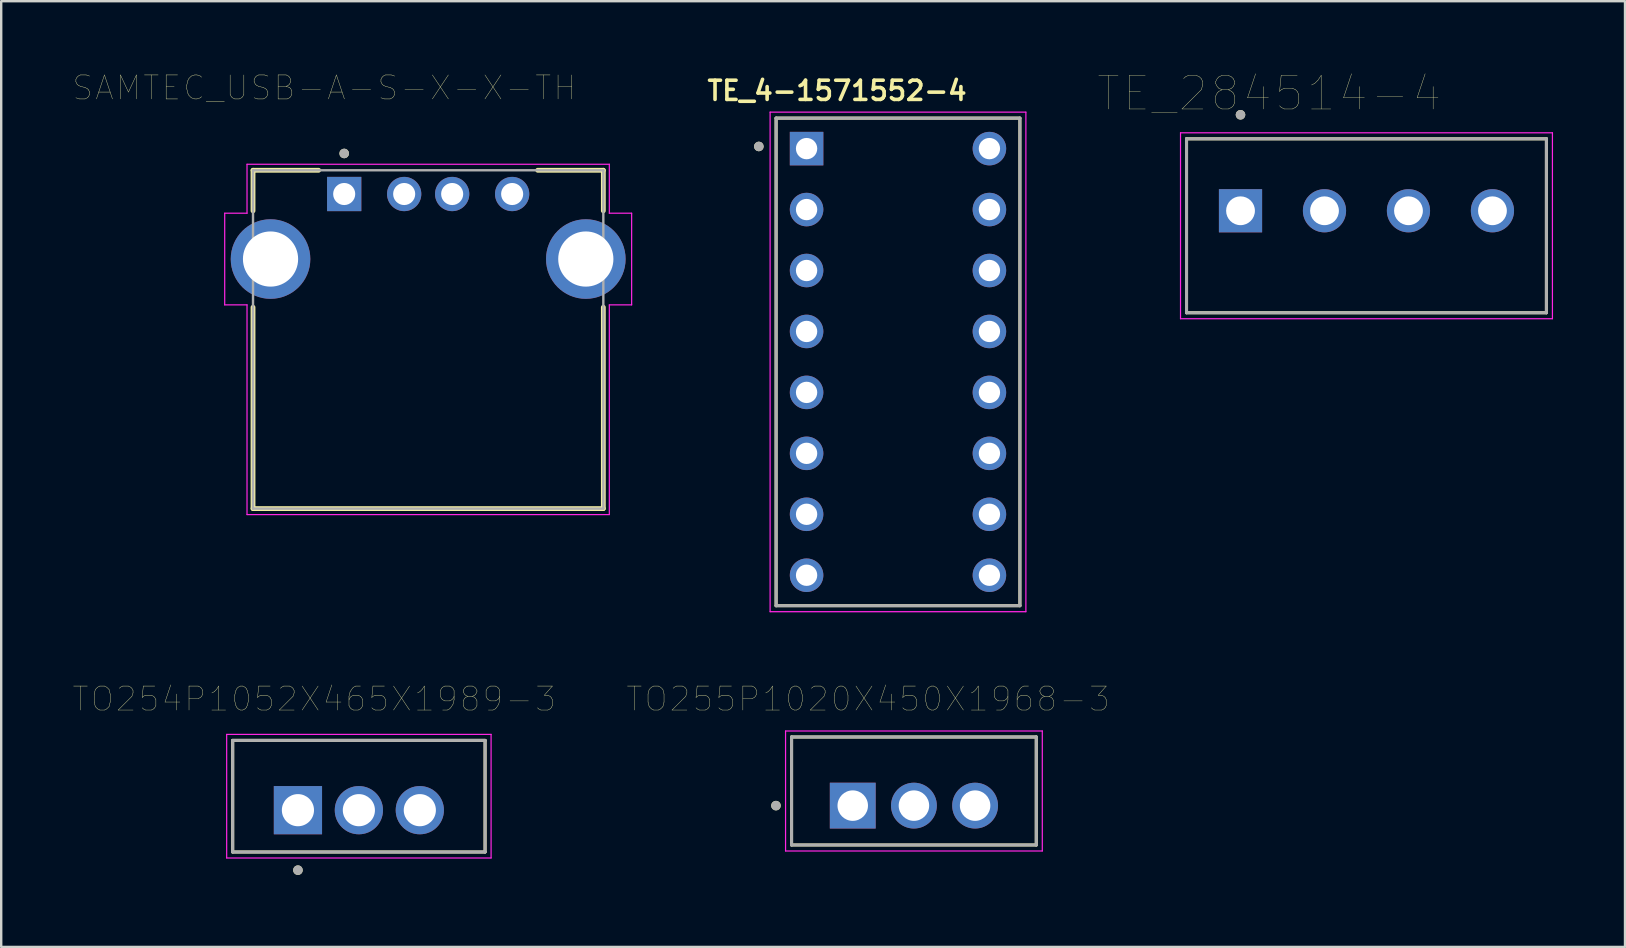
<source format=kicad_pcb>
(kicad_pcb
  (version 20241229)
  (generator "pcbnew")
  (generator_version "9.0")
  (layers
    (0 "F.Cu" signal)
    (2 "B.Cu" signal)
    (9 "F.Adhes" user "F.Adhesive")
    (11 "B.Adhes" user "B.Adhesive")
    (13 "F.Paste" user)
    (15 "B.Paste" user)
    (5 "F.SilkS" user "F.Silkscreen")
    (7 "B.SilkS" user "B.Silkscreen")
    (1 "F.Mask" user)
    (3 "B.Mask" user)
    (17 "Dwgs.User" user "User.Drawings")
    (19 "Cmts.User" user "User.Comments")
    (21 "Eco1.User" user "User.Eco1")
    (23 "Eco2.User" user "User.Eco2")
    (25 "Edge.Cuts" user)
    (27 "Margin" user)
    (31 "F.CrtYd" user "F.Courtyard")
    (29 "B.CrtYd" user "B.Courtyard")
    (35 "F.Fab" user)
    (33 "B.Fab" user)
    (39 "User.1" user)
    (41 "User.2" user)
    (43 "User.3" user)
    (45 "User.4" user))
  (footprint "TO254P1052X465X1989-3"
    (layer "F.Cu")
    (at 9.367 30.716)
    (property "Reference" "TO254P1052X465X1989-3" (at 0.675 -4.635 0) (layer "F.SilkS") (effects (font (size 1 1) (thickness 0.015))))
    (attr through_hole)
    (fp_line (start -2.72 -2.908) (end 7.8 -2.908) (stroke (width 0.127) (type solid)) (layer "F.SilkS"))
    (fp_line (start -2.72 1.742) (end -2.72 -2.908) (stroke (width 0.127) (type solid)) (layer "F.SilkS"))
    (fp_line (start 7.8 -2.908) (end 7.8 1.742) (stroke (width 0.127) (type solid)) (layer "F.SilkS"))
    (fp_line (start 7.8 1.742) (end -2.72 1.742) (stroke (width 0.127) (type solid)) (layer "F.SilkS"))
    (fp_circle (center 0 2.5) (end 0.1 2.5) (stroke (width 0.2) (type solid)) (fill no) (layer "F.SilkS"))
    (fp_line (start -2.97 -3.158) (end 8.05 -3.158) (stroke (width 0.05) (type solid)) (layer "F.CrtYd"))
    (fp_line (start -2.97 1.992) (end -2.97 -3.158) (stroke (width 0.05) (type solid)) (layer "F.CrtYd"))
    (fp_line (start 8.05 -3.158) (end 8.05 1.992) (stroke (width 0.05) (type solid)) (layer "F.CrtYd"))
    (fp_line (start 8.05 1.992) (end -2.97 1.992) (stroke (width 0.05) (type solid)) (layer "F.CrtYd"))
    (fp_line (start -2.72 -2.908) (end 7.8 -2.908) (stroke (width 0.127) (type solid)) (layer "F.Fab"))
    (fp_line (start -2.72 1.742) (end -2.72 -2.908) (stroke (width 0.127) (type solid)) (layer "F.Fab"))
    (fp_line (start 7.8 -2.908) (end 7.8 1.742) (stroke (width 0.127) (type solid)) (layer "F.Fab"))
    (fp_line (start 7.8 1.742) (end -2.72 1.742) (stroke (width 0.127) (type solid)) (layer "F.Fab"))
    (fp_circle (center 0 2.5) (end 0.1 2.5) (stroke (width 0.2) (type solid)) (fill no) (layer "F.Fab"))
    (pad "1" thru_hole rect (at 0 0) (size 2.01 2.01) (drill 1.34) (layers "*.Cu" "*.Mask"))
    (pad "2" thru_hole circle (at 2.54 0) (size 2.01 2.01) (drill 1.34) (layers "*.Cu" "*.Mask"))
    (pad "3" thru_hole circle (at 5.08 0) (size 2.01 2.01) (drill 1.34) (layers "*.Cu" "*.Mask")))
  (footprint "TE_284514-4"
    (layer "F.Cu")
    (at 53.901 5.734)
    (property "Reference" "TE_284514-4" (at -4.055 -4.889 0) (layer "F.SilkS") (effects (font (size 1.4 1.4) (thickness 0.015))))
    (attr through_hole)
    (fp_line (start -7.5 -3) (end 7.5 -3) (stroke (width 0.127) (type solid)) (layer "F.SilkS"))
    (fp_line (start -7.5 4.25) (end -7.5 -3) (stroke (width 0.127) (type solid)) (layer "F.SilkS"))
    (fp_line (start 7.5 -3) (end 7.5 4.25) (stroke (width 0.127) (type solid)) (layer "F.SilkS"))
    (fp_line (start 7.5 4.25) (end -7.5 4.25) (stroke (width 0.127) (type solid)) (layer "F.SilkS"))
    (fp_circle (center -5.25 -4) (end -5.15 -4) (stroke (width 0.2) (type solid)) (fill no) (layer "F.SilkS"))
    (fp_line (start -7.75 -3.25) (end 7.75 -3.25) (stroke (width 0.05) (type solid)) (layer "F.CrtYd"))
    (fp_line (start -7.75 4.5) (end -7.75 -3.25) (stroke (width 0.05) (type solid)) (layer "F.CrtYd"))
    (fp_line (start 7.75 -3.25) (end 7.75 4.5) (stroke (width 0.05) (type solid)) (layer "F.CrtYd"))
    (fp_line (start 7.75 4.5) (end -7.75 4.5) (stroke (width 0.05) (type solid)) (layer "F.CrtYd"))
    (fp_line (start -7.5 -3) (end 7.5 -3) (stroke (width 0.127) (type solid)) (layer "F.Fab"))
    (fp_line (start -7.5 4.25) (end -7.5 -3) (stroke (width 0.127) (type solid)) (layer "F.Fab"))
    (fp_line (start 7.5 -3) (end 7.5 4.25) (stroke (width 0.127) (type solid)) (layer "F.Fab"))
    (fp_line (start 7.5 4.25) (end -7.5 4.25) (stroke (width 0.127) (type solid)) (layer "F.Fab"))
    (fp_circle (center -5.25 -4) (end -5.15 -4) (stroke (width 0.2) (type solid)) (fill no) (layer "F.Fab"))
    (pad "1" thru_hole rect (at -5.25 0) (size 1.8 1.8) (drill 1.2) (layers "*.Cu" "*.Mask"))
    (pad "2" thru_hole circle (at -1.75 0) (size 1.8 1.8) (drill 1.2) (layers "*.Cu" "*.Mask"))
    (pad "3" thru_hole circle (at 1.75 0) (size 1.8 1.8) (drill 1.2) (layers "*.Cu" "*.Mask"))
    (pad "4" thru_hole circle (at 5.25 0) (size 1.8 1.8) (drill 1.2) (layers "*.Cu" "*.Mask")))
  (footprint "TE_4-1571552-4"
    (layer "F.Cu")
    (at 34.376 12.034)
    (property "Reference" "TE_4-1571552-4" (at -2.54 -11.303 0) (layer "F.SilkS") (effects (font (size 0.8 0.8) (thickness 0.15))))
    (attr through_hole)
    (fp_line (start -5.08 -10.16) (end 5.08 -10.16) (stroke (width 0.127) (type solid)) (layer "F.SilkS"))
    (fp_line (start -5.08 10.16) (end -5.08 -10.16) (stroke (width 0.127) (type solid)) (layer "F.SilkS"))
    (fp_line (start 5.08 -10.16) (end 5.08 10.16) (stroke (width 0.127) (type solid)) (layer "F.SilkS"))
    (fp_line (start 5.08 10.16) (end -5.08 10.16) (stroke (width 0.127) (type solid)) (layer "F.SilkS"))
    (fp_circle (center -5.8 -8.98) (end -5.7 -8.98) (stroke (width 0.2) (type solid)) (fill no) (layer "F.SilkS"))
    (fp_line (start -5.33 -10.41) (end 5.33 -10.41) (stroke (width 0.05) (type solid)) (layer "F.CrtYd"))
    (fp_line (start -5.33 10.41) (end -5.33 -10.41) (stroke (width 0.05) (type solid)) (layer "F.CrtYd"))
    (fp_line (start 5.33 -10.41) (end 5.33 10.41) (stroke (width 0.05) (type solid)) (layer "F.CrtYd"))
    (fp_line (start 5.33 10.41) (end -5.33 10.41) (stroke (width 0.05) (type solid)) (layer "F.CrtYd"))
    (fp_line (start -5.08 -10.16) (end 5.08 -10.16) (stroke (width 0.127) (type solid)) (layer "F.Fab"))
    (fp_line (start -5.08 10.16) (end -5.08 -10.16) (stroke (width 0.127) (type solid)) (layer "F.Fab"))
    (fp_line (start 5.08 -10.16) (end 5.08 10.16) (stroke (width 0.127) (type solid)) (layer "F.Fab"))
    (fp_line (start 5.08 10.16) (end -5.08 10.16) (stroke (width 0.127) (type solid)) (layer "F.Fab"))
    (fp_circle (center -5.8 -8.98) (end -5.7 -8.98) (stroke (width 0.2) (type solid)) (fill no) (layer "F.Fab"))
    (pad "1" thru_hole rect (at -3.81 -8.89) (size 1.397 1.397) (drill 0.889) (layers "*.Cu" "*.Mask"))
    (pad "2" thru_hole circle (at -3.81 -6.35) (size 1.397 1.397) (drill 0.889) (layers "*.Cu" "*.Mask"))
    (pad "3" thru_hole circle (at -3.81 -3.81) (size 1.397 1.397) (drill 0.889) (layers "*.Cu" "*.Mask"))
    (pad "4" thru_hole circle (at -3.81 -1.27) (size 1.397 1.397) (drill 0.889) (layers "*.Cu" "*.Mask"))
    (pad "5" thru_hole circle (at -3.81 1.27) (size 1.397 1.397) (drill 0.889) (layers "*.Cu" "*.Mask"))
    (pad "6" thru_hole circle (at -3.81 3.81) (size 1.397 1.397) (drill 0.889) (layers "*.Cu" "*.Mask"))
    (pad "7" thru_hole circle (at -3.81 6.35) (size 1.397 1.397) (drill 0.889) (layers "*.Cu" "*.Mask"))
    (pad "8" thru_hole circle (at -3.81 8.89) (size 1.397 1.397) (drill 0.889) (layers "*.Cu" "*.Mask"))
    (pad "9" thru_hole circle (at 3.81 8.89) (size 1.397 1.397) (drill 0.889) (layers "*.Cu" "*.Mask"))
    (pad "10" thru_hole circle (at 3.81 6.35) (size 1.397 1.397) (drill 0.889) (layers "*.Cu" "*.Mask"))
    (pad "11" thru_hole circle (at 3.81 3.81) (size 1.397 1.397) (drill 0.889) (layers "*.Cu" "*.Mask"))
    (pad "12" thru_hole circle (at 3.81 1.27) (size 1.397 1.397) (drill 0.889) (layers "*.Cu" "*.Mask"))
    (pad "13" thru_hole circle (at 3.81 -1.27) (size 1.397 1.397) (drill 0.889) (layers "*.Cu" "*.Mask"))
    (pad "14" thru_hole circle (at 3.81 -3.81) (size 1.397 1.397) (drill 0.889) (layers "*.Cu" "*.Mask"))
    (pad "15" thru_hole circle (at 3.81 -6.35) (size 1.397 1.397) (drill 0.889) (layers "*.Cu" "*.Mask"))
    (pad "16" thru_hole circle (at 3.81 -8.89) (size 1.397 1.397) (drill 0.889) (layers "*.Cu" "*.Mask")))
  (footprint "TO255P1020X450X1968-3"
    (layer "F.Cu")
    (at 32.49 30.526)
    (property "Reference" "TO255P1020X450X1968-3" (at 0.635 -4.445 0) (layer "F.SilkS") (effects (font (size 1 1) (thickness 0.015))))
    (attr through_hole)
    (fp_line (start -2.55 -2.86) (end 7.65 -2.86) (stroke (width 0.127) (type solid)) (layer "F.SilkS"))
    (fp_line (start -2.55 1.64) (end -2.55 -2.86) (stroke (width 0.127) (type solid)) (layer "F.SilkS"))
    (fp_line (start 7.65 -2.86) (end 7.65 1.64) (stroke (width 0.127) (type solid)) (layer "F.SilkS"))
    (fp_line (start 7.65 1.64) (end -2.55 1.64) (stroke (width 0.127) (type solid)) (layer "F.SilkS"))
    (fp_circle (center -3.2 0) (end -3.1 0) (stroke (width 0.2) (type solid)) (fill no) (layer "F.SilkS"))
    (fp_line (start -2.8 -3.11) (end 7.9 -3.11) (stroke (width 0.05) (type solid)) (layer "F.CrtYd"))
    (fp_line (start -2.8 1.89) (end -2.8 -3.11) (stroke (width 0.05) (type solid)) (layer "F.CrtYd"))
    (fp_line (start 7.9 -3.11) (end 7.9 1.89) (stroke (width 0.05) (type solid)) (layer "F.CrtYd"))
    (fp_line (start 7.9 1.89) (end -2.8 1.89) (stroke (width 0.05) (type solid)) (layer "F.CrtYd"))
    (fp_line (start -2.55 -2.86) (end 7.65 -2.86) (stroke (width 0.127) (type solid)) (layer "F.Fab"))
    (fp_line (start -2.55 1.64) (end -2.55 -2.86) (stroke (width 0.127) (type solid)) (layer "F.Fab"))
    (fp_line (start 7.65 -2.86) (end 7.65 1.64) (stroke (width 0.127) (type solid)) (layer "F.Fab"))
    (fp_line (start 7.65 1.64) (end -2.55 1.64) (stroke (width 0.127) (type solid)) (layer "F.Fab"))
    (fp_circle (center -3.2 0) (end -3.1 0) (stroke (width 0.2) (type solid)) (fill no) (layer "F.Fab"))
    (pad "1" thru_hole rect (at 0 0) (size 1.91 1.91) (drill 1.27) (layers "*.Cu" "*.Mask"))
    (pad "2" thru_hole circle (at 2.55 0) (size 1.91 1.91) (drill 1.27) (layers "*.Cu" "*.Mask"))
    (pad "3" thru_hole circle (at 5.1 0) (size 1.91 1.91) (drill 1.27) (layers "*.Cu" "*.Mask")))
  (footprint "SAMTEC_USB-A-S-X-X-TH"
    (layer "F.Cu")
    (at 14.795 7.746)
    (property "Reference" "SAMTEC_USB-A-S-X-X-TH" (at -4.325 -7.135 0) (layer "F.SilkS") (effects (font (size 1 1) (thickness 0.015))))
    (attr through_hole)
    (fp_line (start -7.3 -3.7) (end -4.565 -3.7) (stroke (width 0.2) (type solid)) (layer "F.SilkS"))
    (fp_line (start -7.3 -2.01) (end -7.3 -3.7) (stroke (width 0.2) (type solid)) (layer "F.SilkS"))
    (fp_line (start -7.3 10.4) (end -7.3 2.01) (stroke (width 0.2) (type solid)) (layer "F.SilkS"))
    (fp_line (start 4.565 -3.7) (end 7.3 -3.7) (stroke (width 0.2) (type solid)) (layer "F.SilkS"))
    (fp_line (start 7.3 -3.7) (end 7.3 -2.01) (stroke (width 0.2) (type solid)) (layer "F.SilkS"))
    (fp_line (start 7.3 2.01) (end 7.3 10.4) (stroke (width 0.2) (type solid)) (layer "F.SilkS"))
    (fp_line (start 7.3 10.4) (end -7.3 10.4) (stroke (width 0.2) (type solid)) (layer "F.SilkS"))
    (fp_circle (center -3.5 -4.4) (end -3.4 -4.4) (stroke (width 0.2) (type solid)) (fill no) (layer "F.SilkS"))
    (fp_line (start -8.48 -1.91) (end -7.55 -1.91) (stroke (width 0.05) (type solid)) (layer "F.CrtYd"))
    (fp_line (start -8.48 1.91) (end -8.48 -1.91) (stroke (width 0.05) (type solid)) (layer "F.CrtYd"))
    (fp_line (start -7.55 -3.95) (end 7.55 -3.95) (stroke (width 0.05) (type solid)) (layer "F.CrtYd"))
    (fp_line (start -7.55 -1.91) (end -7.55 -3.95) (stroke (width 0.05) (type solid)) (layer "F.CrtYd"))
    (fp_line (start -7.55 1.91) (end -8.48 1.91) (stroke (width 0.05) (type solid)) (layer "F.CrtYd"))
    (fp_line (start -7.55 10.65) (end -7.55 1.91) (stroke (width 0.05) (type solid)) (layer "F.CrtYd"))
    (fp_line (start 7.55 -3.95) (end 7.55 -1.91) (stroke (width 0.05) (type solid)) (layer "F.CrtYd"))
    (fp_line (start 7.55 -1.91) (end 8.48 -1.91) (stroke (width 0.05) (type solid)) (layer "F.CrtYd"))
    (fp_line (start 7.55 1.91) (end 7.55 10.65) (stroke (width 0.05) (type solid)) (layer "F.CrtYd"))
    (fp_line (start 7.55 10.65) (end -7.55 10.65) (stroke (width 0.05) (type solid)) (layer "F.CrtYd"))
    (fp_line (start 8.48 -1.91) (end 8.48 1.91) (stroke (width 0.05) (type solid)) (layer "F.CrtYd"))
    (fp_line (start 8.48 1.91) (end 7.55 1.91) (stroke (width 0.05) (type solid)) (layer "F.CrtYd"))
    (fp_line (start -7.3 -3.7) (end 7.3 -3.7) (stroke (width 0.1) (type solid)) (layer "F.Fab"))
    (fp_line (start -7.3 10.4) (end -7.3 -3.7) (stroke (width 0.1) (type solid)) (layer "F.Fab"))
    (fp_line (start 7.3 -3.7) (end 7.3 10.4) (stroke (width 0.1) (type solid)) (layer "F.Fab"))
    (fp_line (start 7.3 10.4) (end -7.3 10.4) (stroke (width 0.1) (type solid)) (layer "F.Fab"))
    (fp_circle (center -3.5 -4.4) (end -3.4 -4.4) (stroke (width 0.2) (type solid)) (fill no) (layer "F.Fab"))
    (pad "01" thru_hole rect (at -3.5 -2.71) (size 1.428 1.428) (drill 0.92) (layers "*.Cu" "*.Mask"))
    (pad "02" thru_hole circle (at -1 -2.71) (size 1.428 1.428) (drill 0.92) (layers "*.Cu" "*.Mask"))
    (pad "03" thru_hole circle (at 1 -2.71) (size 1.428 1.428) (drill 0.92) (layers "*.Cu" "*.Mask"))
    (pad "04" thru_hole circle (at 3.5 -2.71) (size 1.428 1.428) (drill 0.92) (layers "*.Cu" "*.Mask"))
    (pad "S1" thru_hole circle (at -6.57 0) (size 3.316 3.316) (drill 2.3) (layers "*.Cu" "*.Mask"))
    (pad "S2" thru_hole circle (at 6.57 0) (size 3.316 3.316) (drill 2.3) (layers "*.Cu" "*.Mask")))
  (gr_rect
    (start -3 -3)
    (end 64.676 36.416)
    (stroke (width 0.1) (type default))
    (fill no)
    (layer "Edge.Cuts")))
</source>
